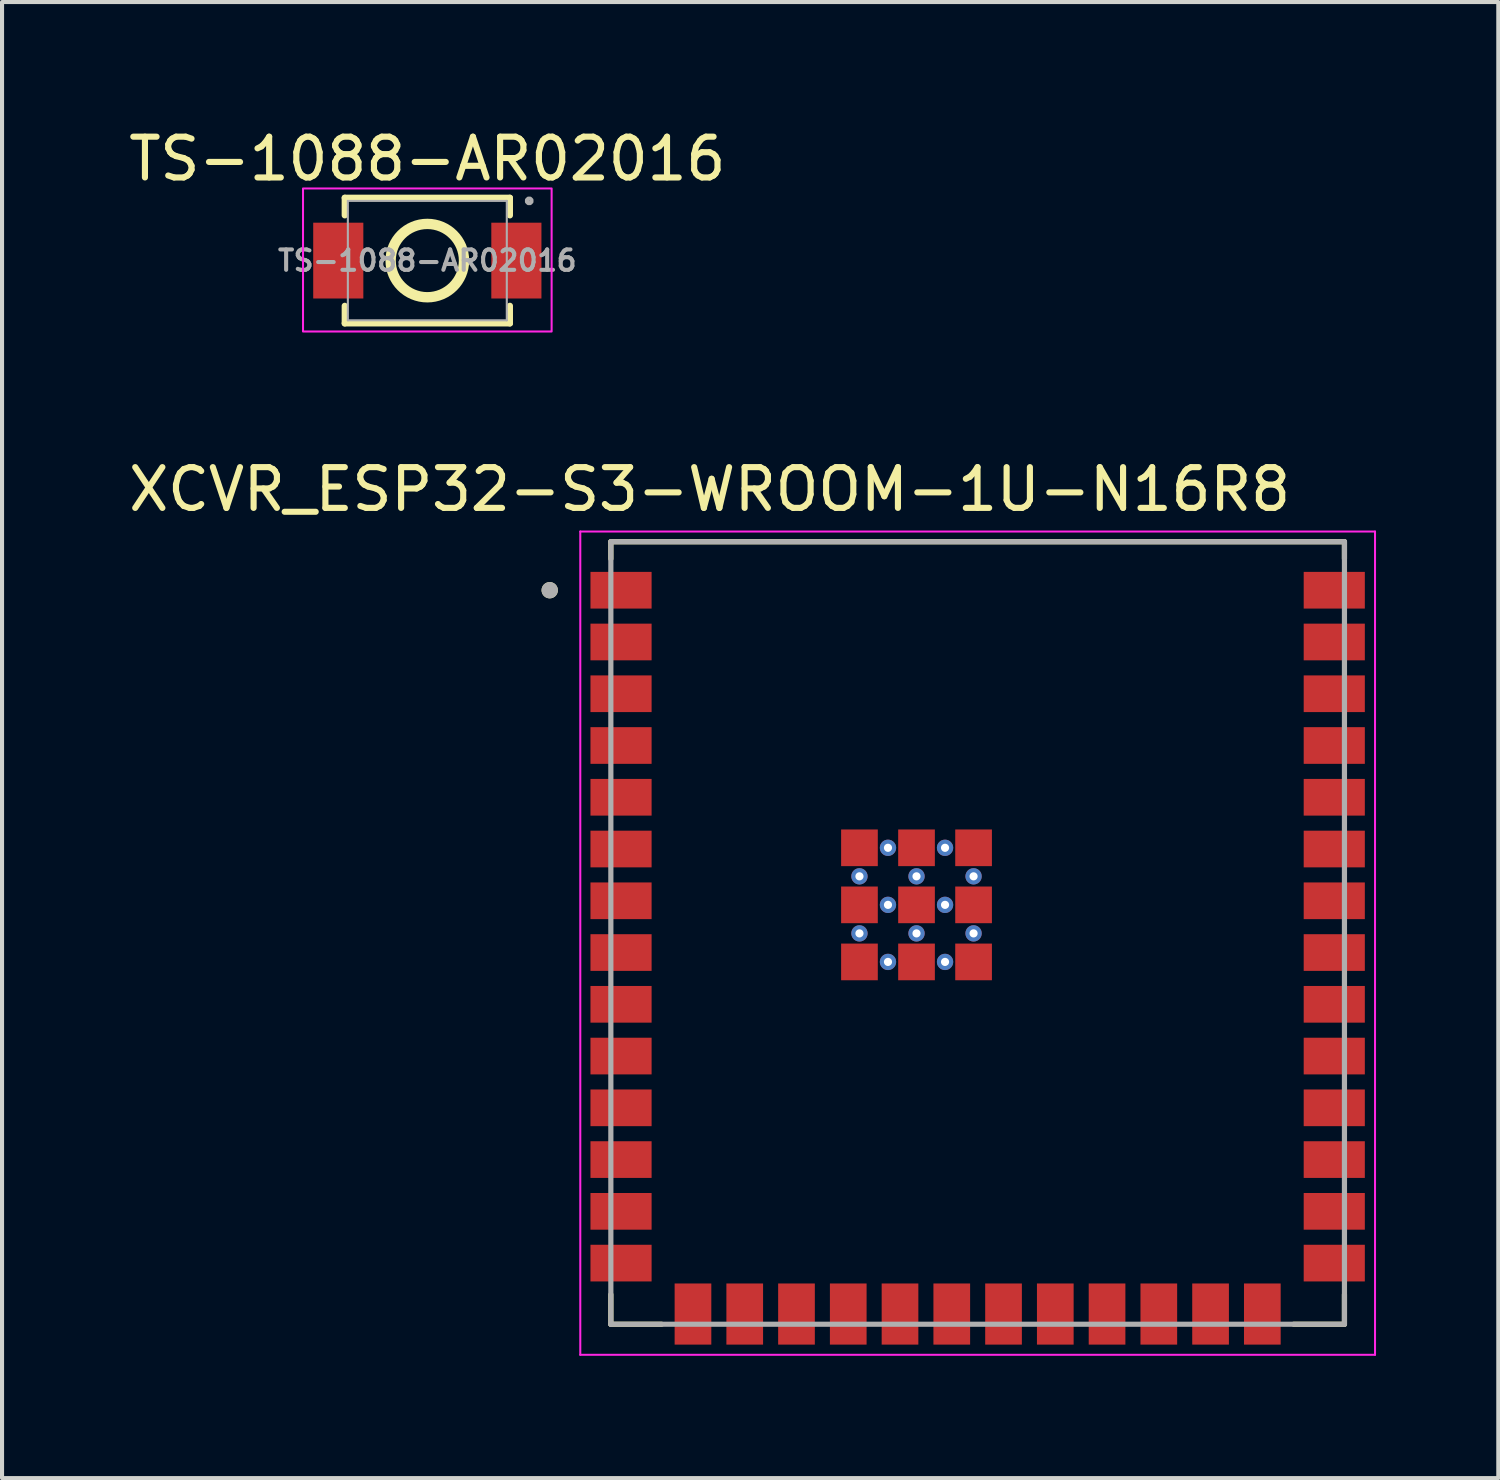
<source format=kicad_pcb>
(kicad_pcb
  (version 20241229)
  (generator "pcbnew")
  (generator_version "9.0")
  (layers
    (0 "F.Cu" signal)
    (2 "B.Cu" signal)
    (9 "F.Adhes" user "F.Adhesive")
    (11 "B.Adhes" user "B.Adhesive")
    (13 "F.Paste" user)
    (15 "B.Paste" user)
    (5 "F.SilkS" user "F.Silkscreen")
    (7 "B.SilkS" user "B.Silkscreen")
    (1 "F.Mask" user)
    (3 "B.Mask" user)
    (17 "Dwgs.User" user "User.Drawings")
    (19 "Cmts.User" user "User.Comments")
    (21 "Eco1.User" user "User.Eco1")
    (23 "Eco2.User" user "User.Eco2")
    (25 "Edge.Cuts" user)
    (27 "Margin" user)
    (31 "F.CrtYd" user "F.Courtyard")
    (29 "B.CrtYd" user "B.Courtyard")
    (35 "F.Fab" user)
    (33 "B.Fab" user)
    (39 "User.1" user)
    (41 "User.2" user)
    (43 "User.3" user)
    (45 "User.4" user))
  (footprint "XCVR_ESP32-S3-WROOM-1U-N16R8"
    (layer "F.Cu")
    (at 20.938 19.842)
    (property "Reference" "XCVR_ESP32-S3-WROOM-1U-N16R8" (at -6.575 -10.885 0) (layer "F.SilkS") (effects (font (size 1 1) (thickness 0.15))))
    (attr smd)
    (fp_line (start -9 -9.6) (end 9 -9.6) (stroke (width 0.127) (type solid)) (layer "F.SilkS"))
    (fp_line (start -9 -9.18) (end -9 -9.6) (stroke (width 0.127) (type solid)) (layer "F.SilkS"))
    (fp_line (start -9 9.6) (end -9 8.87) (stroke (width 0.127) (type solid)) (layer "F.SilkS"))
    (fp_line (start -7.755 9.6) (end -9 9.6) (stroke (width 0.127) (type solid)) (layer "F.SilkS"))
    (fp_line (start 9 -9.6) (end 9 -9.18) (stroke (width 0.127) (type solid)) (layer "F.SilkS"))
    (fp_line (start 9 9.6) (end 7.755 9.6) (stroke (width 0.127) (type solid)) (layer "F.SilkS"))
    (fp_line (start 9 9.6) (end 9 8.87) (stroke (width 0.127) (type solid)) (layer "F.SilkS"))
    (fp_circle (center -10.5 -8.41) (end -10.4 -8.41) (stroke (width 0.2) (type solid)) (fill no) (layer "F.SilkS"))
    (fp_line (start -9.75 -9.85) (end -9.75 10.35) (stroke (width 0.05) (type solid)) (layer "F.CrtYd"))
    (fp_line (start -9.75 10.35) (end 9.75 10.35) (stroke (width 0.05) (type solid)) (layer "F.CrtYd"))
    (fp_line (start 9.75 -9.85) (end -9.75 -9.85) (stroke (width 0.05) (type solid)) (layer "F.CrtYd"))
    (fp_line (start 9.75 10.35) (end 9.75 -9.85) (stroke (width 0.05) (type solid)) (layer "F.CrtYd"))
    (fp_line (start -9 -9.6) (end 9 -9.6) (stroke (width 0.127) (type solid)) (layer "F.Fab"))
    (fp_line (start -9 9.6) (end -9 -9.6) (stroke (width 0.127) (type solid)) (layer "F.Fab"))
    (fp_line (start 9 -9.6) (end 9 9.6) (stroke (width 0.127) (type solid)) (layer "F.Fab"))
    (fp_line (start 9 9.6) (end -9 9.6) (stroke (width 0.127) (type solid)) (layer "F.Fab"))
    (fp_circle (center -10.5 -8.41) (end -10.4 -8.41) (stroke (width 0.2) (type solid)) (fill no) (layer "F.Fab"))
    (pad "1" smd rect (at -8.75 -8.41) (size 1.5 0.9) (layers "F.Cu" "F.Mask" "F.Paste"))
    (pad "2" smd rect (at -8.75 -7.14) (size 1.5 0.9) (layers "F.Cu" "F.Mask" "F.Paste"))
    (pad "3" smd rect (at -8.75 -5.87) (size 1.5 0.9) (layers "F.Cu" "F.Mask" "F.Paste"))
    (pad "4" smd rect (at -8.75 -4.6) (size 1.5 0.9) (layers "F.Cu" "F.Mask" "F.Paste"))
    (pad "5" smd rect (at -8.75 -3.33) (size 1.5 0.9) (layers "F.Cu" "F.Mask" "F.Paste"))
    (pad "6" smd rect (at -8.75 -2.06) (size 1.5 0.9) (layers "F.Cu" "F.Mask" "F.Paste"))
    (pad "7" smd rect (at -8.75 -0.79) (size 1.5 0.9) (layers "F.Cu" "F.Mask" "F.Paste"))
    (pad "8" smd rect (at -8.75 0.48) (size 1.5 0.9) (layers "F.Cu" "F.Mask" "F.Paste"))
    (pad "9" smd rect (at -8.75 1.75) (size 1.5 0.9) (layers "F.Cu" "F.Mask" "F.Paste"))
    (pad "10" smd rect (at -8.75 3.02) (size 1.5 0.9) (layers "F.Cu" "F.Mask" "F.Paste"))
    (pad "11" smd rect (at -8.75 4.29) (size 1.5 0.9) (layers "F.Cu" "F.Mask" "F.Paste"))
    (pad "12" smd rect (at -8.75 5.56) (size 1.5 0.9) (layers "F.Cu" "F.Mask" "F.Paste"))
    (pad "13" smd rect (at -8.75 6.83) (size 1.5 0.9) (layers "F.Cu" "F.Mask" "F.Paste"))
    (pad "14" smd rect (at -8.75 8.1) (size 1.5 0.9) (layers "F.Cu" "F.Mask" "F.Paste"))
    (pad "15" smd rect (at -6.985 9.35) (size 0.9 1.5) (layers "F.Cu" "F.Mask" "F.Paste"))
    (pad "16" smd rect (at -5.715 9.35) (size 0.9 1.5) (layers "F.Cu" "F.Mask" "F.Paste"))
    (pad "17" smd rect (at -4.445 9.35) (size 0.9 1.5) (layers "F.Cu" "F.Mask" "F.Paste"))
    (pad "18" smd rect (at -3.175 9.35) (size 0.9 1.5) (layers "F.Cu" "F.Mask" "F.Paste"))
    (pad "19" smd rect (at -1.905 9.35) (size 0.9 1.5) (layers "F.Cu" "F.Mask" "F.Paste"))
    (pad "20" smd rect (at -0.635 9.35) (size 0.9 1.5) (layers "F.Cu" "F.Mask" "F.Paste"))
    (pad "21" smd rect (at 0.635 9.35) (size 0.9 1.5) (layers "F.Cu" "F.Mask" "F.Paste"))
    (pad "22" smd rect (at 1.905 9.35) (size 0.9 1.5) (layers "F.Cu" "F.Mask" "F.Paste"))
    (pad "23" smd rect (at 3.175 9.35) (size 0.9 1.5) (layers "F.Cu" "F.Mask" "F.Paste"))
    (pad "24" smd rect (at 4.445 9.35) (size 0.9 1.5) (layers "F.Cu" "F.Mask" "F.Paste"))
    (pad "25" smd rect (at 5.715 9.35) (size 0.9 1.5) (layers "F.Cu" "F.Mask" "F.Paste"))
    (pad "26" smd rect (at 6.985 9.35) (size 0.9 1.5) (layers "F.Cu" "F.Mask" "F.Paste"))
    (pad "27" smd rect (at 8.75 8.1) (size 1.5 0.9) (layers "F.Cu" "F.Mask" "F.Paste"))
    (pad "28" smd rect (at 8.75 6.83) (size 1.5 0.9) (layers "F.Cu" "F.Mask" "F.Paste"))
    (pad "29" smd rect (at 8.75 5.56) (size 1.5 0.9) (layers "F.Cu" "F.Mask" "F.Paste"))
    (pad "30" smd rect (at 8.75 4.29) (size 1.5 0.9) (layers "F.Cu" "F.Mask" "F.Paste"))
    (pad "31" smd rect (at 8.75 3.02) (size 1.5 0.9) (layers "F.Cu" "F.Mask" "F.Paste"))
    (pad "32" smd rect (at 8.75 1.75) (size 1.5 0.9) (layers "F.Cu" "F.Mask" "F.Paste"))
    (pad "33" smd rect (at 8.75 0.48) (size 1.5 0.9) (layers "F.Cu" "F.Mask" "F.Paste"))
    (pad "34" smd rect (at 8.75 -0.79) (size 1.5 0.9) (layers "F.Cu" "F.Mask" "F.Paste"))
    (pad "35" smd rect (at 8.75 -2.06) (size 1.5 0.9) (layers "F.Cu" "F.Mask" "F.Paste"))
    (pad "36" smd rect (at 8.75 -3.33) (size 1.5 0.9) (layers "F.Cu" "F.Mask" "F.Paste"))
    (pad "37" smd rect (at 8.75 -4.6) (size 1.5 0.9) (layers "F.Cu" "F.Mask" "F.Paste"))
    (pad "38" smd rect (at 8.75 -5.87) (size 1.5 0.9) (layers "F.Cu" "F.Mask" "F.Paste"))
    (pad "39" smd rect (at 8.75 -7.14) (size 1.5 0.9) (layers "F.Cu" "F.Mask" "F.Paste"))
    (pad "40" smd rect (at 8.75 -8.41) (size 1.5 0.9) (layers "F.Cu" "F.Mask" "F.Paste"))
    (pad "41_1" smd rect (at -2.9 -2.09) (size 0.9 0.9) (layers "F.Cu" "F.Mask" "F.Paste"))
    (pad "41_2" smd rect (at -1.5 -2.09) (size 0.9 0.9) (layers "F.Cu" "F.Mask" "F.Paste"))
    (pad "41_3" smd rect (at -0.1 -2.09) (size 0.9 0.9) (layers "F.Cu" "F.Mask" "F.Paste"))
    (pad "41_4" smd rect (at -2.9 -0.69) (size 0.9 0.9) (layers "F.Cu" "F.Mask" "F.Paste"))
    (pad "41_5" smd rect (at -1.5 -0.69) (size 0.9 0.9) (layers "F.Cu" "F.Mask" "F.Paste"))
    (pad "41_6" smd rect (at -0.1 -0.69) (size 0.9 0.9) (layers "F.Cu" "F.Mask" "F.Paste"))
    (pad "41_7" smd rect (at -2.9 0.71) (size 0.9 0.9) (layers "F.Cu" "F.Mask" "F.Paste"))
    (pad "41_8" smd rect (at -1.5 0.71) (size 0.9 0.9) (layers "F.Cu" "F.Mask" "F.Paste"))
    (pad "41_9" smd rect (at -0.1 0.71) (size 0.9 0.9) (layers "F.Cu" "F.Mask" "F.Paste"))
    (pad "41_10" thru_hole circle (at -2.2 -2.09) (size 0.4 0.4) (drill 0.2) (layers "*.Cu"))
    (pad "41_11" thru_hole circle (at -0.8 -2.09) (size 0.4 0.4) (drill 0.2) (layers "*.Cu"))
    (pad "41_12" thru_hole circle (at -2.9 -1.39) (size 0.4 0.4) (drill 0.2) (layers "*.Cu"))
    (pad "41_13" thru_hole circle (at -1.5 -1.39) (size 0.4 0.4) (drill 0.2) (layers "*.Cu"))
    (pad "41_14" thru_hole circle (at -0.1 -1.39) (size 0.4 0.4) (drill 0.2) (layers "*.Cu"))
    (pad "41_15" thru_hole circle (at -2.2 -0.69) (size 0.4 0.4) (drill 0.2) (layers "*.Cu"))
    (pad "41_16" thru_hole circle (at -0.8 -0.69) (size 0.4 0.4) (drill 0.2) (layers "*.Cu"))
    (pad "41_17" thru_hole circle (at -2.9 0.01) (size 0.4 0.4) (drill 0.2) (layers "*.Cu"))
    (pad "41_18" thru_hole circle (at -1.5 0.01) (size 0.4 0.4) (drill 0.2) (layers "*.Cu"))
    (pad "41_19" thru_hole circle (at -0.1 0.01) (size 0.4 0.4) (drill 0.2) (layers "*.Cu"))
    (pad "41_20" thru_hole circle (at -2.2 0.71) (size 0.4 0.4) (drill 0.2) (layers "*.Cu"))
    (pad "41_21" thru_hole circle (at -0.8 0.71) (size 0.4 0.4) (drill 0.2) (layers "*.Cu")))
  (footprint "TS-1088-AR02016"
    (layer "F.Cu")
    (at 7.435 3.344)
    (property "Reference" "TS-1088-AR02016" (at 0 -2.495 0) (layer "F.SilkS") (effects (font (size 1 1) (thickness 0.15))))
    (fp_line (start -2.026 -1.541) (end -2.026 -1.11) (stroke (width 0.152) (type default)) (layer "F.SilkS"))
    (fp_line (start -2.026 1.541) (end -2.026 1.11) (stroke (width 0.152) (type default)) (layer "F.SilkS"))
    (fp_line (start 2.026 -1.541) (end -2.026 -1.541) (stroke (width 0.152) (type default)) (layer "F.SilkS"))
    (fp_line (start 2.026 -1.541) (end 2.026 -1.11) (stroke (width 0.152) (type default)) (layer "F.SilkS"))
    (fp_line (start 2.026 1.11) (end 2.026 1.541) (stroke (width 0.152) (type default)) (layer "F.SilkS"))
    (fp_line (start 2.026 1.541) (end -2.026 1.541) (stroke (width 0.152) (type default)) (layer "F.SilkS"))
    (fp_circle (center 0 0) (end 0.9 0) (stroke (width 0.254) (type default)) (fill no) (layer "F.SilkS"))
    (fp_rect (start -3.05 -1.77) (end 3.05 1.74) (stroke (width 0.05) (type default)) (fill no) (layer "F.CrtYd"))
    (fp_line (start -1.95 -1.465) (end 1.95 -1.465) (stroke (width 0.051) (type default)) (layer "F.Fab"))
    (fp_line (start -1.95 1.465) (end -1.95 -1.465) (stroke (width 0.051) (type default)) (layer "F.Fab"))
    (fp_line (start 1.95 -1.465) (end 1.95 1.465) (stroke (width 0.051) (type default)) (layer "F.Fab"))
    (fp_line (start 1.95 1.465) (end -1.95 1.465) (stroke (width 0.051) (type default)) (layer "F.Fab"))
    (fp_poly (pts (xy 2.555 -1.488) (xy 2.523 -1.52) (xy 2.477 -1.52) (xy 2.445 -1.488) (xy 2.445 -1.442) (xy 2.477 -1.41) (xy 2.523 -1.41) (xy 2.555 -1.442)) (stroke (width 0.1) (type default)) (fill no) (layer "F.Fab"))
    (fp_poly (pts (xy -2.5 -0.65) (xy -2.5 0.65) (xy -1.6 0.65) (xy -1.6 -0.65)) (stroke (width 0.1) (type default)) (fill no) (layer "User.1"))
    (fp_poly (pts (xy 2.5 -0.65) (xy 2.5 0.65) (xy 1.6 0.65) (xy 1.6 -0.65)) (stroke (width 0.1) (type default)) (fill no) (layer "User.1"))
    (fp_text user "${REFERENCE}" (at 0 0 0) (layer "F.Fab") (effects (font (size 0.5 0.5) (thickness 0.1))))
    (pad "1" smd rect (at -2.185 0) (size 1.23 1.86) (layers "F.Cu" "F.Mask" "F.Paste"))
    (pad "2" smd rect (at 2.185 0) (size 1.23 1.86) (layers "F.Cu" "F.Mask" "F.Paste")))
  (gr_rect
    (start -3 -3)
    (end 33.713 33.217)
    (stroke (width 0.1) (type default))
    (fill no)
    (layer "Edge.Cuts")))
</source>
